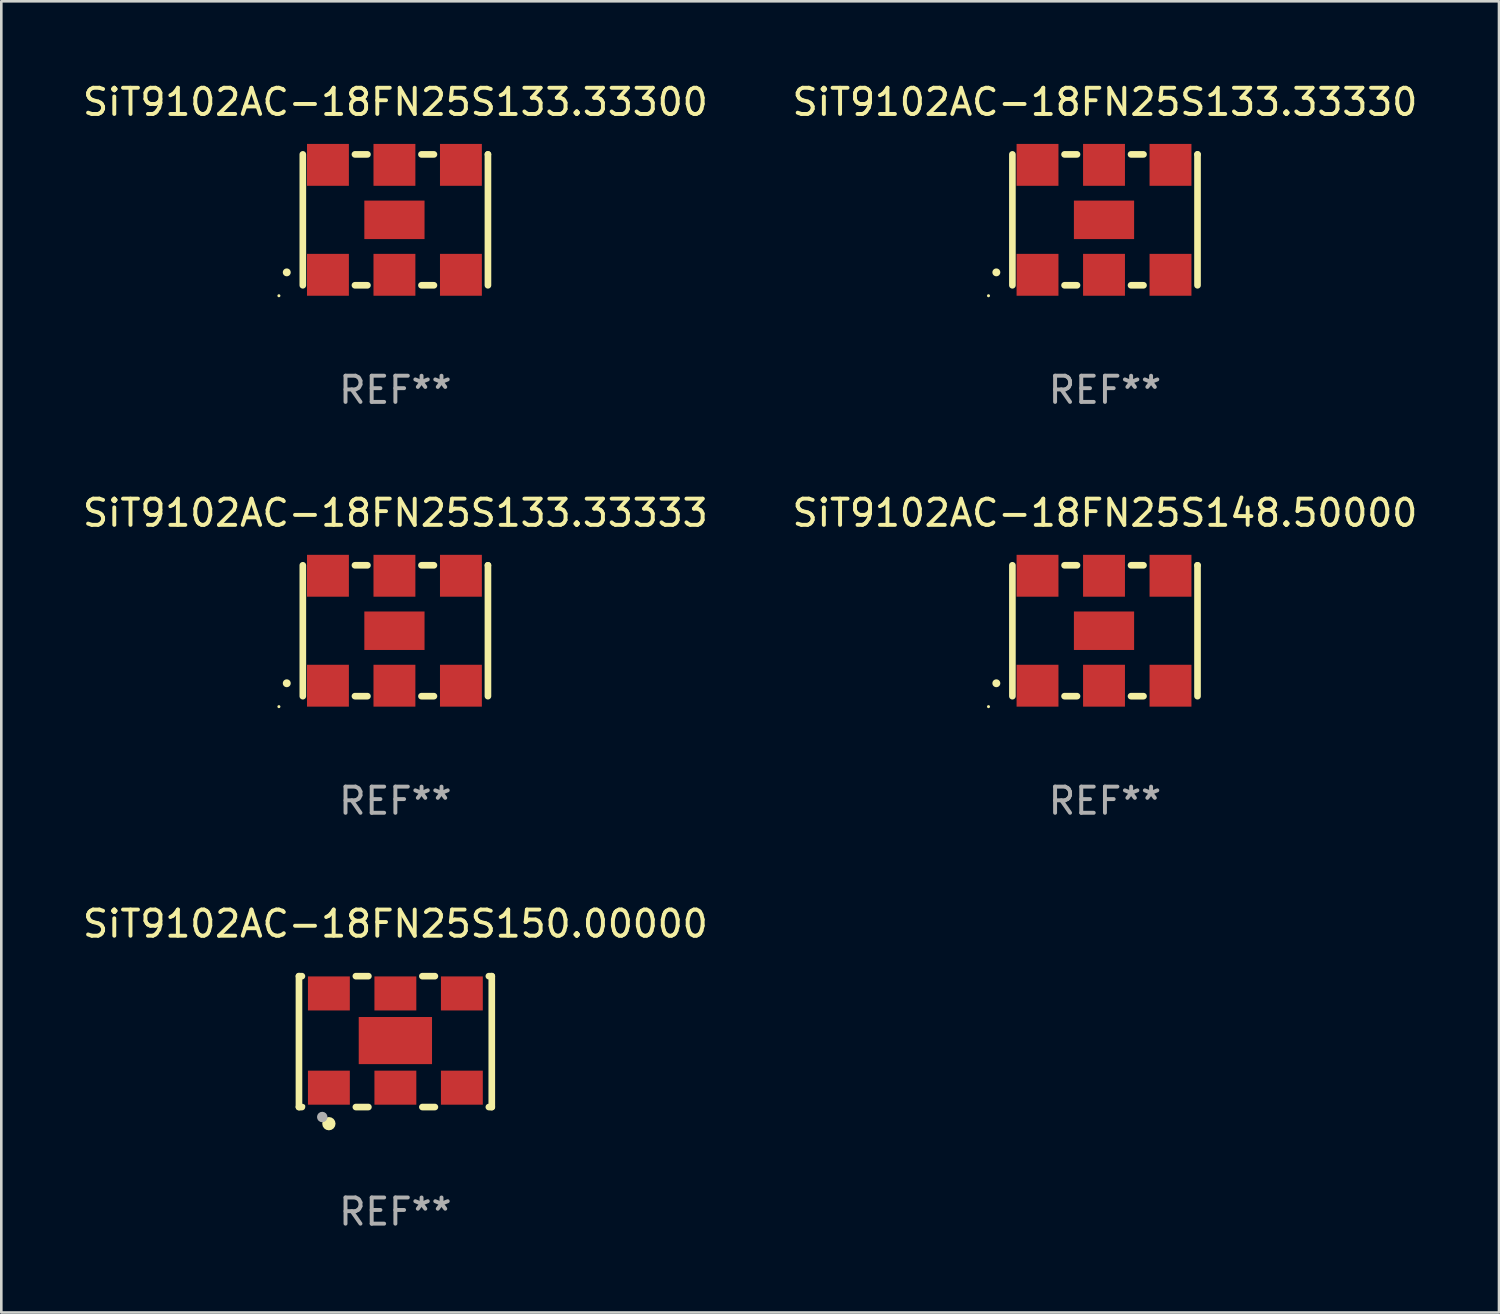
<source format=kicad_pcb>
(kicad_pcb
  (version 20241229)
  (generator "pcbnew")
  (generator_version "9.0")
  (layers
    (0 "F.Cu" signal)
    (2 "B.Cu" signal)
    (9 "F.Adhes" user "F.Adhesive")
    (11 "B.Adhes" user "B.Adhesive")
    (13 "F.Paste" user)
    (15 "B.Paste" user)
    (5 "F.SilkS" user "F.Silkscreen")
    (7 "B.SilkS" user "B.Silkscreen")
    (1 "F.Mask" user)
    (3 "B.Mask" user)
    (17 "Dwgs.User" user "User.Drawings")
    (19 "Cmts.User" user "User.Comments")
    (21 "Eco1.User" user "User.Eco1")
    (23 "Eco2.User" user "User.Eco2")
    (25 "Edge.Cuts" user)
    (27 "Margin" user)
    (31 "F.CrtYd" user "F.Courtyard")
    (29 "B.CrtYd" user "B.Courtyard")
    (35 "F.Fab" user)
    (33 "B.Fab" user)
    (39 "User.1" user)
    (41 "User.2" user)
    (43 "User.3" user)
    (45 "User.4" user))
  (footprint "SiT9102AC-18FN25S133.33333"
    (layer "F.Cu")
    (at 12.054 21.045)
    (property "Reference" "SiT9102AC-18FN25S133.33333" (at 0 -4.5 0) (layer "F.SilkS") (effects (font (size 1 1) (thickness 0.15))))
    (attr through_hole)
    (fp_line (start -3.536 -2.5) (end -3.536 2.5) (stroke (width 0.254) (type solid)) (layer "F.SilkS"))
    (fp_line (start -1.544 2.5) (end -1.067 2.5) (stroke (width 0.254) (type solid)) (layer "F.SilkS"))
    (fp_line (start -1.067 -2.5) (end -1.544 -2.5) (stroke (width 0.254) (type solid)) (layer "F.SilkS"))
    (fp_line (start 0.996 2.5) (end 1.473 2.5) (stroke (width 0.254) (type solid)) (layer "F.SilkS"))
    (fp_line (start 1.473 -2.5) (end 0.996 -2.5) (stroke (width 0.254) (type solid)) (layer "F.SilkS"))
    (fp_line (start 3.536 -2.5) (end 3.536 -2.5) (stroke (width 0.254) (type solid)) (layer "F.SilkS"))
    (fp_line (start 3.536 2.5) (end 3.536 -2.5) (stroke (width 0.254) (type solid)) (layer "F.SilkS"))
    (fp_arc (start -4.150432 2.006604) (mid -4.149162 2.006599) (end -4.147892 2.006604) (stroke (width 0.3) (type solid)) (layer "F.SilkS"))
    (fp_circle (center -4.449 2.9) (end -4.419 2.9) (stroke (width 0.06) (type solid)) (fill no) (layer "F.SilkS"))
    (fp_text user "REF**" (at 0 6.5 0) (layer "F.Fab") (effects (font (size 1 1) (thickness 0.15))))
    (pad "1" smd rect (at -2.576 2.1) (size 1.6 1.6) (layers "F.Cu" "F.Mask" "F.Paste"))
    (pad "2" smd rect (at -0.036 2.1) (size 1.6 1.6) (layers "F.Cu" "F.Mask" "F.Paste"))
    (pad "3" smd rect (at 2.504 2.1) (size 1.6 1.6) (layers "F.Cu" "F.Mask" "F.Paste"))
    (pad "4" smd rect (at 2.504 -2.1) (size 1.6 1.6) (layers "F.Cu" "F.Mask" "F.Paste"))
    (pad "5" smd rect (at -0.036 -2.1) (size 1.6 1.6) (layers "F.Cu" "F.Mask" "F.Paste"))
    (pad "6" smd rect (at -2.576 -2.1) (size 1.6 1.6) (layers "F.Cu" "F.Mask" "F.Paste"))
    (pad "7" smd rect (at -0.036 0) (size 2.3 1.47) (layers "F.Cu" "F.Mask" "F.Paste")))
  (footprint "SiT9102AC-18FN25S133.33300"
    (layer "F.Cu")
    (at 12.054 5.348)
    (property "Reference" "SiT9102AC-18FN25S133.33300" (at 0 -4.5 0) (layer "F.SilkS") (effects (font (size 1 1) (thickness 0.15))))
    (attr through_hole)
    (fp_line (start -3.536 -2.5) (end -3.536 2.5) (stroke (width 0.254) (type solid)) (layer "F.SilkS"))
    (fp_line (start -1.544 2.5) (end -1.067 2.5) (stroke (width 0.254) (type solid)) (layer "F.SilkS"))
    (fp_line (start -1.067 -2.5) (end -1.544 -2.5) (stroke (width 0.254) (type solid)) (layer "F.SilkS"))
    (fp_line (start 0.996 2.5) (end 1.473 2.5) (stroke (width 0.254) (type solid)) (layer "F.SilkS"))
    (fp_line (start 1.473 -2.5) (end 0.996 -2.5) (stroke (width 0.254) (type solid)) (layer "F.SilkS"))
    (fp_line (start 3.536 -2.5) (end 3.536 -2.5) (stroke (width 0.254) (type solid)) (layer "F.SilkS"))
    (fp_line (start 3.536 2.5) (end 3.536 -2.5) (stroke (width 0.254) (type solid)) (layer "F.SilkS"))
    (fp_arc (start -4.150432 2.006604) (mid -4.149162 2.006599) (end -4.147892 2.006604) (stroke (width 0.3) (type solid)) (layer "F.SilkS"))
    (fp_circle (center -4.449 2.9) (end -4.419 2.9) (stroke (width 0.06) (type solid)) (fill no) (layer "F.SilkS"))
    (fp_text user "REF**" (at 0 6.5 0) (layer "F.Fab") (effects (font (size 1 1) (thickness 0.15))))
    (pad "1" smd rect (at -2.576 2.1) (size 1.6 1.6) (layers "F.Cu" "F.Mask" "F.Paste"))
    (pad "2" smd rect (at -0.036 2.1) (size 1.6 1.6) (layers "F.Cu" "F.Mask" "F.Paste"))
    (pad "3" smd rect (at 2.504 2.1) (size 1.6 1.6) (layers "F.Cu" "F.Mask" "F.Paste"))
    (pad "4" smd rect (at 2.504 -2.1) (size 1.6 1.6) (layers "F.Cu" "F.Mask" "F.Paste"))
    (pad "5" smd rect (at -0.036 -2.1) (size 1.6 1.6) (layers "F.Cu" "F.Mask" "F.Paste"))
    (pad "6" smd rect (at -2.576 -2.1) (size 1.6 1.6) (layers "F.Cu" "F.Mask" "F.Paste"))
    (pad "7" smd rect (at -0.036 0) (size 2.3 1.47) (layers "F.Cu" "F.Mask" "F.Paste")))
  (footprint "SiT9102AC-18FN25S150.00000"
    (layer "F.Cu")
    (at 12.054 36.741)
    (property "Reference" "SiT9102AC-18FN25S150.00000" (at 0 -4.5 0) (layer "F.SilkS") (effects (font (size 1 1) (thickness 0.15))))
    (attr through_hole)
    (fp_line (start -3.683 -2.5) (end -3.571 -2.5) (stroke (width 0.254) (type solid)) (layer "F.SilkS"))
    (fp_line (start -3.683 2.5) (end -3.683 -2.5) (stroke (width 0.254) (type solid)) (layer "F.SilkS"))
    (fp_line (start -3.683 2.5) (end -3.571 2.5) (stroke (width 0.254) (type solid)) (layer "F.SilkS"))
    (fp_line (start -1.509 -2.5) (end -1.031 -2.5) (stroke (width 0.254) (type solid)) (layer "F.SilkS"))
    (fp_line (start -1.509 2.5) (end -1.031 2.5) (stroke (width 0.254) (type solid)) (layer "F.SilkS"))
    (fp_line (start 1.031 -2.5) (end 1.509 -2.5) (stroke (width 0.254) (type solid)) (layer "F.SilkS"))
    (fp_line (start 1.031 2.5) (end 1.509 2.5) (stroke (width 0.254) (type solid)) (layer "F.SilkS"))
    (fp_line (start 3.571 -2.5) (end 3.683 -2.5) (stroke (width 0.254) (type solid)) (layer "F.SilkS"))
    (fp_line (start 3.571 2.5) (end 3.683 2.5) (stroke (width 0.254) (type solid)) (layer "F.SilkS"))
    (fp_line (start 3.683 2.5) (end 3.683 -2.5) (stroke (width 0.254) (type solid)) (layer "F.SilkS"))
    (fp_circle (center -3.5 2.46) (end -3.47 2.46) (stroke (width 0.06) (type solid)) (fill no) (layer "F.SilkS"))
    (fp_circle (center -2.54 3.135) (end -2.413 3.135) (stroke (width 0.254) (type solid)) (fill no) (layer "F.SilkS"))
    (fp_circle (center -2.794 2.881) (end -2.694 2.881) (stroke (width 0.2) (type solid)) (fill no) (layer "F.Fab"))
    (fp_text user "REF**" (at 0 6.5 0) (layer "F.Fab") (effects (font (size 1 1) (thickness 0.15))))
    (pad "1" smd rect (at -2.54 1.76) (size 1.6 1.3) (layers "F.Cu" "F.Mask" "F.Paste"))
    (pad "2" smd rect (at 0 1.76) (size 1.6 1.3) (layers "F.Cu" "F.Mask" "F.Paste"))
    (pad "3" smd rect (at 2.54 1.76) (size 1.6 1.3) (layers "F.Cu" "F.Mask" "F.Paste"))
    (pad "4" smd rect (at 2.54 -1.84) (size 1.6 1.3) (layers "F.Cu" "F.Mask" "F.Paste"))
    (pad "5" smd rect (at 0 -1.84) (size 1.6 1.3) (layers "F.Cu" "F.Mask" "F.Paste"))
    (pad "6" smd rect (at -2.54 -1.84) (size 1.6 1.3) (layers "F.Cu" "F.Mask" "F.Paste"))
    (pad "7" smd rect (at 0 -0.04) (size 2.8 1.8) (layers "F.Cu" "F.Mask" "F.Paste")))
  (footprint "SiT9102AC-18FN25S133.33330"
    (layer "F.Cu")
    (at 39.161 5.348)
    (property "Reference" "SiT9102AC-18FN25S133.33330" (at 0 -4.5 0) (layer "F.SilkS") (effects (font (size 1 1) (thickness 0.15))))
    (attr through_hole)
    (fp_line (start -3.536 -2.5) (end -3.536 2.5) (stroke (width 0.254) (type solid)) (layer "F.SilkS"))
    (fp_line (start -1.544 2.5) (end -1.067 2.5) (stroke (width 0.254) (type solid)) (layer "F.SilkS"))
    (fp_line (start -1.067 -2.5) (end -1.544 -2.5) (stroke (width 0.254) (type solid)) (layer "F.SilkS"))
    (fp_line (start 0.996 2.5) (end 1.473 2.5) (stroke (width 0.254) (type solid)) (layer "F.SilkS"))
    (fp_line (start 1.473 -2.5) (end 0.996 -2.5) (stroke (width 0.254) (type solid)) (layer "F.SilkS"))
    (fp_line (start 3.536 -2.5) (end 3.536 -2.5) (stroke (width 0.254) (type solid)) (layer "F.SilkS"))
    (fp_line (start 3.536 2.5) (end 3.536 -2.5) (stroke (width 0.254) (type solid)) (layer "F.SilkS"))
    (fp_arc (start -4.150432 2.006604) (mid -4.149162 2.006599) (end -4.147892 2.006604) (stroke (width 0.3) (type solid)) (layer "F.SilkS"))
    (fp_circle (center -4.449 2.9) (end -4.419 2.9) (stroke (width 0.06) (type solid)) (fill no) (layer "F.SilkS"))
    (fp_text user "REF**" (at 0 6.5 0) (layer "F.Fab") (effects (font (size 1 1) (thickness 0.15))))
    (pad "1" smd rect (at -2.576 2.1) (size 1.6 1.6) (layers "F.Cu" "F.Mask" "F.Paste"))
    (pad "2" smd rect (at -0.036 2.1) (size 1.6 1.6) (layers "F.Cu" "F.Mask" "F.Paste"))
    (pad "3" smd rect (at 2.504 2.1) (size 1.6 1.6) (layers "F.Cu" "F.Mask" "F.Paste"))
    (pad "4" smd rect (at 2.504 -2.1) (size 1.6 1.6) (layers "F.Cu" "F.Mask" "F.Paste"))
    (pad "5" smd rect (at -0.036 -2.1) (size 1.6 1.6) (layers "F.Cu" "F.Mask" "F.Paste"))
    (pad "6" smd rect (at -2.576 -2.1) (size 1.6 1.6) (layers "F.Cu" "F.Mask" "F.Paste"))
    (pad "7" smd rect (at -0.036 0) (size 2.3 1.47) (layers "F.Cu" "F.Mask" "F.Paste")))
  (footprint "SiT9102AC-18FN25S148.50000"
    (layer "F.Cu")
    (at 39.161 21.045)
    (property "Reference" "SiT9102AC-18FN25S148.50000" (at 0 -4.5 0) (layer "F.SilkS") (effects (font (size 1 1) (thickness 0.15))))
    (attr through_hole)
    (fp_line (start -3.536 -2.5) (end -3.536 2.5) (stroke (width 0.254) (type solid)) (layer "F.SilkS"))
    (fp_line (start -1.544 2.5) (end -1.067 2.5) (stroke (width 0.254) (type solid)) (layer "F.SilkS"))
    (fp_line (start -1.067 -2.5) (end -1.544 -2.5) (stroke (width 0.254) (type solid)) (layer "F.SilkS"))
    (fp_line (start 0.996 2.5) (end 1.473 2.5) (stroke (width 0.254) (type solid)) (layer "F.SilkS"))
    (fp_line (start 1.473 -2.5) (end 0.996 -2.5) (stroke (width 0.254) (type solid)) (layer "F.SilkS"))
    (fp_line (start 3.536 -2.5) (end 3.536 -2.5) (stroke (width 0.254) (type solid)) (layer "F.SilkS"))
    (fp_line (start 3.536 2.5) (end 3.536 -2.5) (stroke (width 0.254) (type solid)) (layer "F.SilkS"))
    (fp_arc (start -4.150432 2.006604) (mid -4.149162 2.006599) (end -4.147892 2.006604) (stroke (width 0.3) (type solid)) (layer "F.SilkS"))
    (fp_circle (center -4.449 2.9) (end -4.419 2.9) (stroke (width 0.06) (type solid)) (fill no) (layer "F.SilkS"))
    (fp_text user "REF**" (at 0 6.5 0) (layer "F.Fab") (effects (font (size 1 1) (thickness 0.15))))
    (pad "1" smd rect (at -2.576 2.1) (size 1.6 1.6) (layers "F.Cu" "F.Mask" "F.Paste"))
    (pad "2" smd rect (at -0.036 2.1) (size 1.6 1.6) (layers "F.Cu" "F.Mask" "F.Paste"))
    (pad "3" smd rect (at 2.504 2.1) (size 1.6 1.6) (layers "F.Cu" "F.Mask" "F.Paste"))
    (pad "4" smd rect (at 2.504 -2.1) (size 1.6 1.6) (layers "F.Cu" "F.Mask" "F.Paste"))
    (pad "5" smd rect (at -0.036 -2.1) (size 1.6 1.6) (layers "F.Cu" "F.Mask" "F.Paste"))
    (pad "6" smd rect (at -2.576 -2.1) (size 1.6 1.6) (layers "F.Cu" "F.Mask" "F.Paste"))
    (pad "7" smd rect (at -0.036 0) (size 2.3 1.47) (layers "F.Cu" "F.Mask" "F.Paste")))
  (gr_rect
    (start -3 -3)
    (end 54.214 47.09)
    (stroke (width 0.1) (type default))
    (fill no)
    (layer "Edge.Cuts")))
</source>
